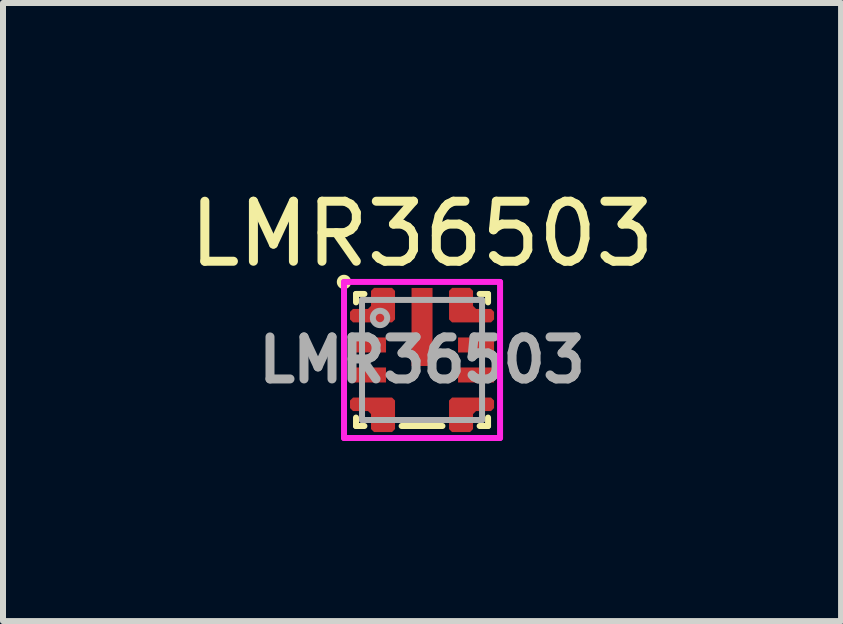
<source format=kicad_pcb>
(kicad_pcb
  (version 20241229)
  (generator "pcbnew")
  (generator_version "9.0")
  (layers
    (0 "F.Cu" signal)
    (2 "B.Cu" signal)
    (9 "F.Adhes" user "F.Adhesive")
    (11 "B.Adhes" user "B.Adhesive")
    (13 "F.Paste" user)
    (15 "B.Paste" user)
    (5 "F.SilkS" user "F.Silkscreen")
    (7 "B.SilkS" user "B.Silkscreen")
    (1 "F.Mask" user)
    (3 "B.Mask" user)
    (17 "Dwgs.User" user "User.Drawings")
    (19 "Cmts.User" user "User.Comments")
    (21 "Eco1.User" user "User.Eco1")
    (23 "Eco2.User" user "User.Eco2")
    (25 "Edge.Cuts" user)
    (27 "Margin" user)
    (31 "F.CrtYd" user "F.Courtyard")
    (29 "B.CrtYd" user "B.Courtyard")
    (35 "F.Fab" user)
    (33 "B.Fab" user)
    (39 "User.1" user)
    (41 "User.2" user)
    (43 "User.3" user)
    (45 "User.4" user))
  (footprint "LMR36503"
    (layer "F.Cu")
    (at 3.982 2.948)
    (property "Reference" "LMR36503" (at 0 -2.1 0) (unlocked yes) (layer "F.SilkS") (effects (font (size 1 1) (thickness 0.15))))
    (attr smd)
    (fp_poly (pts (xy -1.236 -0.64) (xy -1.242 -0.647) (xy -1.247 -0.656) (xy -1.25 -0.666) (xy -1.251 -0.675) (xy -1.251 -0.801) (xy -1.25 -0.81) (xy -1.247 -0.82) (xy -1.242 -0.829) (xy -1.236 -0.836) (xy -1.186 -0.886) (xy -1.178 -0.893) (xy -1.169 -0.897) (xy -1.16 -0.9) (xy -1.15 -0.901) (xy -0.921 -0.901) (xy -0.901 -0.922) (xy -0.901 -1.151) (xy -0.9 -1.16) (xy -0.897 -1.17) (xy -0.892 -1.179) (xy -0.886 -1.186) (xy -0.836 -1.236) (xy -0.828 -1.243) (xy -0.819 -1.247) (xy -0.81 -1.25) (xy -0.8 -1.251) (xy -0.5 -1.251) (xy -0.49 -1.25) (xy -0.481 -1.247) (xy -0.472 -1.243) (xy -0.464 -1.236) (xy -0.414 -1.186) (xy -0.408 -1.179) (xy -0.403 -1.17) (xy -0.4 -1.16) (xy -0.399 -1.151) (xy -0.399 -0.675) (xy -0.4 -0.666) (xy -0.403 -0.656) (xy -0.408 -0.647) (xy -0.414 -0.64) (xy -0.464 -0.59) (xy -0.472 -0.583) (xy -0.481 -0.579) (xy -0.49 -0.576) (xy -0.5 -0.575) (xy -1.15 -0.575) (xy -1.16 -0.576) (xy -1.169 -0.579) (xy -1.178 -0.583) (xy -1.186 -0.59)) (stroke (width 0) (type solid)) (fill yes) (layer "F.Mask"))
    (fp_poly (pts (xy -1.236 0.64) (xy -1.186 0.59) (xy -1.178 0.583) (xy -1.169 0.579) (xy -1.16 0.576) (xy -1.15 0.575) (xy -0.5 0.575) (xy -0.49 0.576) (xy -0.481 0.579) (xy -0.472 0.583) (xy -0.464 0.59) (xy -0.414 0.64) (xy -0.408 0.647) (xy -0.403 0.656) (xy -0.4 0.666) (xy -0.399 0.675) (xy -0.399 1.151) (xy -0.4 1.16) (xy -0.403 1.17) (xy -0.408 1.179) (xy -0.414 1.186) (xy -0.464 1.236) (xy -0.472 1.243) (xy -0.481 1.247) (xy -0.49 1.25) (xy -0.5 1.251) (xy -0.8 1.251) (xy -0.81 1.25) (xy -0.819 1.247) (xy -0.828 1.243) (xy -0.836 1.236) (xy -0.886 1.186) (xy -0.892 1.179) (xy -0.897 1.17) (xy -0.9 1.16) (xy -0.901 1.151) (xy -0.901 0.922) (xy -0.921 0.901) (xy -1.15 0.901) (xy -1.16 0.9) (xy -1.169 0.897) (xy -1.178 0.893) (xy -1.186 0.886) (xy -1.236 0.836) (xy -1.242 0.829) (xy -1.247 0.82) (xy -1.25 0.81) (xy -1.251 0.801) (xy -1.251 0.675) (xy -1.25 0.666) (xy -1.247 0.656) (xy -1.242 0.647)) (stroke (width 0) (type solid)) (fill yes) (layer "F.Mask"))
    (fp_poly (pts (xy 1.236 -0.64) (xy 1.186 -0.59) (xy 1.178 -0.583) (xy 1.169 -0.579) (xy 1.16 -0.576) (xy 1.15 -0.575) (xy 0.5 -0.575) (xy 0.49 -0.576) (xy 0.481 -0.579) (xy 0.472 -0.583) (xy 0.464 -0.59) (xy 0.414 -0.64) (xy 0.408 -0.647) (xy 0.403 -0.656) (xy 0.4 -0.666) (xy 0.399 -0.675) (xy 0.399 -1.151) (xy 0.4 -1.16) (xy 0.403 -1.17) (xy 0.408 -1.179) (xy 0.414 -1.186) (xy 0.464 -1.236) (xy 0.472 -1.243) (xy 0.481 -1.247) (xy 0.49 -1.25) (xy 0.5 -1.251) (xy 0.8 -1.251) (xy 0.81 -1.25) (xy 0.819 -1.247) (xy 0.828 -1.243) (xy 0.836 -1.236) (xy 0.886 -1.186) (xy 0.892 -1.179) (xy 0.897 -1.17) (xy 0.9 -1.16) (xy 0.901 -1.151) (xy 0.901 -0.922) (xy 0.921 -0.901) (xy 1.15 -0.901) (xy 1.16 -0.9) (xy 1.169 -0.897) (xy 1.178 -0.893) (xy 1.186 -0.886) (xy 1.236 -0.836) (xy 1.242 -0.829) (xy 1.247 -0.82) (xy 1.25 -0.81) (xy 1.251 -0.801) (xy 1.251 -0.675) (xy 1.25 -0.666) (xy 1.247 -0.656) (xy 1.242 -0.647)) (stroke (width 0) (type solid)) (fill yes) (layer "F.Mask"))
    (fp_poly (pts (xy 1.236 0.64) (xy 1.242 0.647) (xy 1.247 0.656) (xy 1.25 0.666) (xy 1.251 0.675) (xy 1.251 0.801) (xy 1.25 0.81) (xy 1.247 0.82) (xy 1.242 0.829) (xy 1.236 0.836) (xy 1.186 0.886) (xy 1.178 0.893) (xy 1.169 0.897) (xy 1.16 0.9) (xy 1.15 0.901) (xy 0.921 0.901) (xy 0.901 0.922) (xy 0.901 1.151) (xy 0.9 1.16) (xy 0.897 1.17) (xy 0.892 1.179) (xy 0.886 1.186) (xy 0.836 1.236) (xy 0.828 1.243) (xy 0.819 1.247) (xy 0.81 1.25) (xy 0.8 1.251) (xy 0.5 1.251) (xy 0.49 1.25) (xy 0.481 1.247) (xy 0.472 1.243) (xy 0.464 1.236) (xy 0.414 1.186) (xy 0.408 1.179) (xy 0.403 1.17) (xy 0.4 1.16) (xy 0.399 1.151) (xy 0.399 0.675) (xy 0.4 0.666) (xy 0.403 0.656) (xy 0.408 0.647) (xy 0.414 0.64) (xy 0.464 0.59) (xy 0.472 0.583) (xy 0.481 0.579) (xy 0.49 0.576) (xy 0.5 0.575) (xy 1.15 0.575) (xy 1.16 0.576) (xy 1.169 0.579) (xy 1.178 0.583) (xy 1.186 0.59)) (stroke (width 0) (type solid)) (fill yes) (layer "F.Mask"))
    (fp_line (start -1.1 -0.96) (end -1.1 -1.1) (stroke (width 0.1) (type default)) (layer "F.SilkS"))
    (fp_line (start -1.1 0.96) (end -1.1 1.1) (stroke (width 0.1) (type default)) (layer "F.SilkS"))
    (fp_line (start -0.96 -1.1) (end -1.1 -1.1) (stroke (width 0.1) (type default)) (layer "F.SilkS"))
    (fp_line (start -0.96 1.1) (end -1.1 1.1) (stroke (width 0.1) (type default)) (layer "F.SilkS"))
    (fp_line (start -0.34 1.1) (end 0.34 1.1) (stroke (width 0.1) (type default)) (layer "F.SilkS"))
    (fp_line (start 0.96 -1.1) (end 1.1 -1.1) (stroke (width 0.1) (type default)) (layer "F.SilkS"))
    (fp_line (start 0.96 1.1) (end 1.1 1.1) (stroke (width 0.1) (type default)) (layer "F.SilkS"))
    (fp_line (start 1.1 -1.1) (end 1.1 -0.96) (stroke (width 0.1) (type default)) (layer "F.SilkS"))
    (fp_line (start 1.1 0.96) (end 1.1 1.1) (stroke (width 0.1) (type default)) (layer "F.SilkS"))
    (fp_circle (center -1.3 -1.3) (end -1.23 -1.3) (stroke (width 0.1) (type solid)) (fill yes) (layer "F.SilkS"))
    (fp_poly (pts (xy -0.175 0.05) (xy -0.125 0.1) (xy 0.125 0.1) (xy 0.175 0.05) (xy 0.175 -0.4) (xy 0.125 -0.45) (xy -0.125 -0.45) (xy -0.175 -0.4)) (stroke (width 0) (type solid)) (fill yes) (layer "F.Paste"))
    (fp_poly (pts (xy 0.175 -1.15) (xy 0.125 -1.2) (xy -0.125 -1.2) (xy -0.175 -1.15) (xy -0.175 -0.7) (xy -0.125 -0.65) (xy 0.125 -0.65) (xy 0.175 -0.7)) (stroke (width 0) (type solid)) (fill yes) (layer "F.Paste"))
    (fp_poly (pts (xy 0.175 -1.15) (xy 0.125 -1.2) (xy -0.125 -1.2) (xy -0.175 -1.15) (xy -0.175 -0.7) (xy -0.125 -0.65) (xy 0.125 -0.65) (xy 0.175 -0.7)) (stroke (width 0) (type solid)) (fill yes) (layer "F.Paste"))
    (fp_poly (pts (xy -1.2 0.675) (xy -1.15 0.625) (xy -0.5 0.625) (xy -0.45 0.675) (xy -0.45 1.151) (xy -0.5 1.201) (xy -0.8 1.201) (xy -0.85 1.151) (xy -0.85 0.901) (xy -0.9 0.851) (xy -1.15 0.851) (xy -1.2 0.801)) (stroke (width 0) (type solid)) (fill yes) (layer "F.Paste"))
    (fp_poly (pts (xy -1.15 -0.851) (xy -1.2 -0.8) (xy -1.2 -0.675) (xy -1.15 -0.626) (xy -0.5 -0.626) (xy -0.45 -0.675) (xy -0.45 -1.075) (xy -0.5 -1.126) (xy -0.8 -1.126) (xy -0.85 -1.076) (xy -0.85 -0.901) (xy -0.9 -0.851)) (stroke (width 0) (type solid)) (fill yes) (layer "F.Paste"))
    (fp_poly (pts (xy 1.15 -0.851) (xy 1.2 -0.8) (xy 1.2 -0.675) (xy 1.15 -0.626) (xy 0.5 -0.626) (xy 0.45 -0.675) (xy 0.45 -1.075) (xy 0.5 -1.126) (xy 0.8 -1.126) (xy 0.85 -1.076) (xy 0.85 -0.901) (xy 0.9 -0.851)) (stroke (width 0) (type solid)) (fill yes) (layer "F.Paste"))
    (fp_line (start -1.3 -1.3) (end 1.3 -1.3) (stroke (width 0.1) (type solid)) (layer "F.CrtYd"))
    (fp_line (start -1.3 1.3) (end -1.3 -1.3) (stroke (width 0.1) (type solid)) (layer "F.CrtYd"))
    (fp_line (start 1.3 -1.3) (end 1.3 1.3) (stroke (width 0.1) (type solid)) (layer "F.CrtYd"))
    (fp_line (start 1.3 1.3) (end -1.3 1.3) (stroke (width 0.1) (type solid)) (layer "F.CrtYd"))
    (fp_line (start -1 -1) (end 1 -1) (stroke (width 0.1) (type solid)) (layer "F.Fab"))
    (fp_line (start -1 1) (end -1 -1) (stroke (width 0.1) (type solid)) (layer "F.Fab"))
    (fp_line (start -1 1) (end 1 1) (stroke (width 0.1) (type solid)) (layer "F.Fab"))
    (fp_line (start 1 1) (end 1 -1) (stroke (width 0.1) (type solid)) (layer "F.Fab"))
    (fp_circle (center -0.7 -0.7) (end -0.58 -0.7) (stroke (width 0.1) (type solid)) (fill no) (layer "F.Fab"))
    (fp_text user "${REFERENCE}" (at 0 0 0) (layer "F.Fab") (effects (font (size 0.7 0.7) (thickness 0.15))))
    (pad "1" smd custom (at -0.65 -0.8) (size 0.25 0.201) (layers "F.Cu" "F.Mask" "F.Paste") (options (anchor rect)) (primitives (gr_poly (pts (xy -0.55 0.124) (xy -0.55 -0.001) (xy -0.5 -0.051) (xy -0.25 -0.051) (xy -0.2 -0.101) (xy -0.2 -0.351) (xy -0.15 -0.401) (xy 0.15 -0.401) (xy 0.2 -0.351) (xy 0.2 0.124) (xy 0.15 0.174) (xy -0.5 0.174)) (width 0) (fill yes))))
    (pad "2" smd rect (at -0.9 -0.25) (size 0.6 0.25) (layers "F.Cu" "F.Mask" "F.Paste"))
    (pad "3" smd rect (at -0.9 0.25) (size 0.6 0.25) (layers "F.Cu" "F.Mask" "F.Paste"))
    (pad "4" smd custom (at -0.7 0.8) (size 0.2 0.2) (layers "F.Cu" "F.Mask" "F.Paste") (options (anchor rect)) (primitives (gr_poly (pts (xy -0.5 -0.124) (xy -0.5 0.001) (xy -0.45 0.051) (xy -0.2 0.051) (xy -0.15 0.101) (xy -0.15 0.351) (xy -0.1 0.401) (xy 0.2 0.401) (xy 0.25 0.351) (xy 0.25 -0.124) (xy 0.2 -0.174) (xy -0.45 -0.174)) (width 0) (fill yes))))
    (pad "5" smd custom (at 0.7 0.8) (size 0.2 0.2) (layers "F.Cu" "F.Mask" "F.Paste") (options (anchor rect)) (primitives (gr_poly (pts (xy 0.5 -0.124) (xy 0.5 0.001) (xy 0.45 0.051) (xy 0.2 0.051) (xy 0.15 0.101) (xy 0.15 0.351) (xy 0.1 0.401) (xy -0.2 0.401) (xy -0.25 0.351) (xy -0.25 -0.124) (xy -0.2 -0.174) (xy 0.45 -0.174)) (width 0) (fill yes))))
    (pad "6" smd rect (at 0.9 0.25) (size 0.6 0.25) (layers "F.Cu" "F.Mask" "F.Paste"))
    (pad "7" smd rect (at 0.9 -0.25) (size 0.6 0.25) (layers "F.Cu" "F.Mask" "F.Paste"))
    (pad "8" smd custom (at 0.7 -0.8) (size 0.2 0.2) (layers "F.Cu" "F.Mask" "F.Paste") (options (anchor rect)) (primitives (gr_poly (pts (xy 0.5 0.124) (xy 0.5 -0.001) (xy 0.45 -0.051) (xy 0.2 -0.051) (xy 0.15 -0.101) (xy 0.15 -0.351) (xy 0.1 -0.401) (xy -0.2 -0.401) (xy -0.25 -0.351) (xy -0.25 0.124) (xy -0.2 0.174) (xy 0.45 0.174)) (width 0) (fill yes))))
    (pad "9" smd rect (at 0 -0.55) (size 0.35 1.3) (layers "F.Cu" "F.Mask")))
  (gr_rect
    (start -3 -3)
    (end 10.964 7.298)
    (stroke (width 0.1) (type default))
    (fill no)
    (layer "Edge.Cuts")))
</source>
